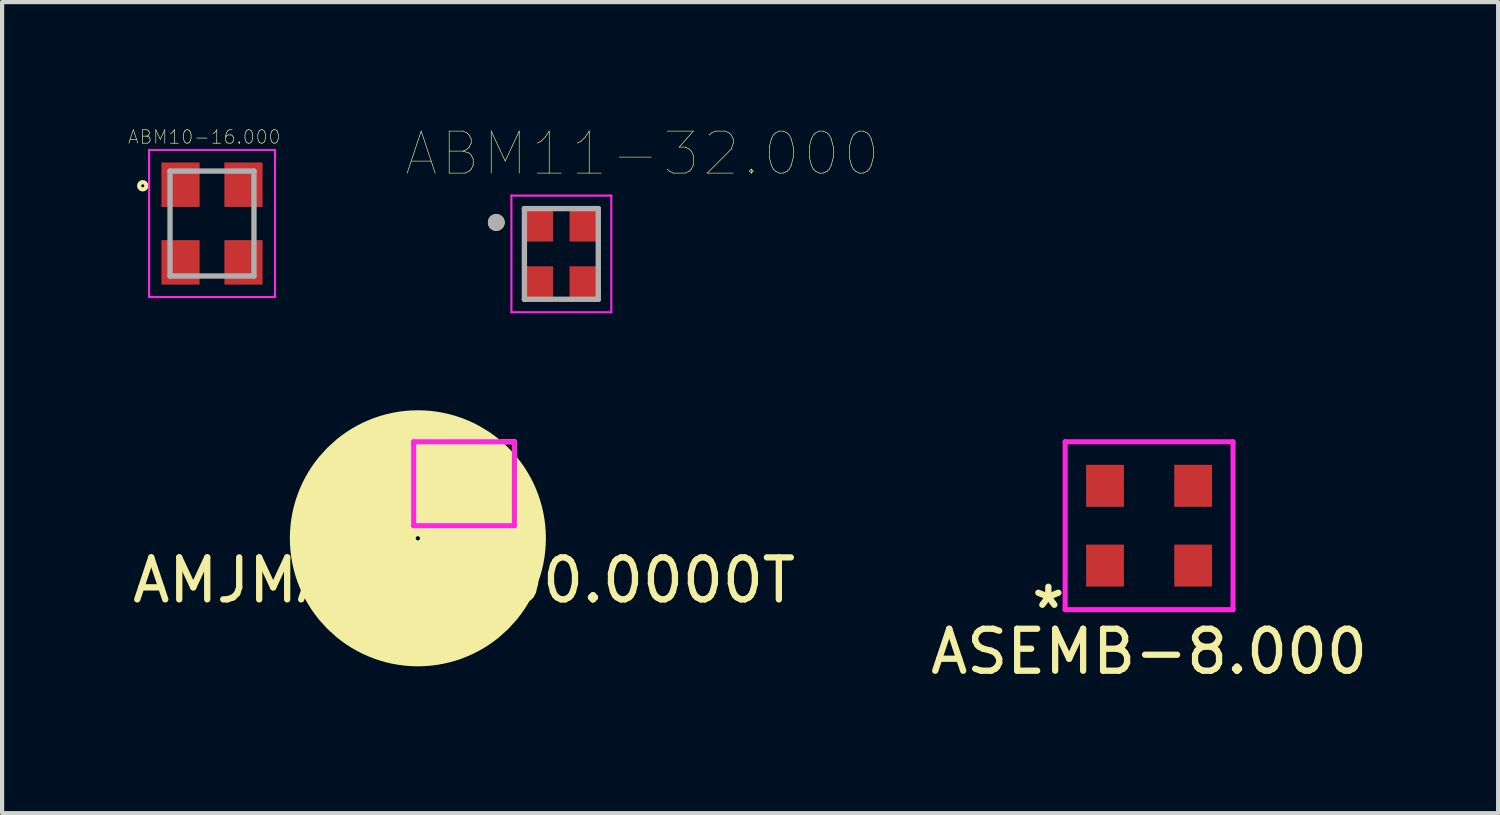
<source format=kicad_pcb>
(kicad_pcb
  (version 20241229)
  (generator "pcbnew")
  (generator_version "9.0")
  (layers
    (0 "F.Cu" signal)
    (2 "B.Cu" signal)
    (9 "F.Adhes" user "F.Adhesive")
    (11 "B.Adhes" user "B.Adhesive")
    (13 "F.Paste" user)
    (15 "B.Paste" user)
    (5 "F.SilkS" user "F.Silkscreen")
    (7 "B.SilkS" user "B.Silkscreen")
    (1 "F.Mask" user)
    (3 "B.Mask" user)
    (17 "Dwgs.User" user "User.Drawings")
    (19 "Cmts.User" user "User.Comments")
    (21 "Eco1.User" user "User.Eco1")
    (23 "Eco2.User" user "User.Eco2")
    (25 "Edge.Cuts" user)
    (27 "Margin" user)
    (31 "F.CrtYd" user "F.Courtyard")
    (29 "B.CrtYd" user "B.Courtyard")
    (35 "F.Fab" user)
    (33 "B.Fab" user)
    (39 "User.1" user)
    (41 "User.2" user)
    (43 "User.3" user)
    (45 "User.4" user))
  (footprint "ABM11-32.000"
    (layer "F.Cu")
    (at 10.324 3)
    (property "Reference" "ABM11-32.000" (at 1.928 -2.388 0) (layer "F.SilkS") (effects (font (size 1.001 1.001) (thickness 0.015))))
    (attr through_hole)
    (fp_circle (center -1.55 -0.75) (end -1.45 -0.75) (stroke (width 0.2) (type solid)) (fill no) (layer "F.SilkS"))
    (fp_line (start -1.19 -1.39) (end 1.19 -1.39) (stroke (width 0.05) (type solid)) (layer "F.CrtYd"))
    (fp_line (start -1.19 1.39) (end -1.19 -1.39) (stroke (width 0.05) (type solid)) (layer "F.CrtYd"))
    (fp_line (start 1.19 -1.39) (end 1.19 1.39) (stroke (width 0.05) (type solid)) (layer "F.CrtYd"))
    (fp_line (start 1.19 1.39) (end -1.19 1.39) (stroke (width 0.05) (type solid)) (layer "F.CrtYd"))
    (fp_line (start -0.88 -1.08) (end 0.88 -1.08) (stroke (width 0.127) (type solid)) (layer "F.Fab"))
    (fp_line (start -0.88 1.08) (end -0.88 -1.08) (stroke (width 0.127) (type solid)) (layer "F.Fab"))
    (fp_line (start 0.88 -1.08) (end 0.88 1.08) (stroke (width 0.127) (type solid)) (layer "F.Fab"))
    (fp_line (start 0.88 1.08) (end -0.88 1.08) (stroke (width 0.127) (type solid)) (layer "F.Fab"))
    (fp_circle (center -1.55 -0.75) (end -1.45 -0.75) (stroke (width 0.2) (type solid)) (fill no) (layer "F.Fab"))
    (pad "1" smd rect (at -0.565 -0.715) (size 0.74 0.84) (layers "F.Cu" "F.Mask" "F.Paste"))
    (pad "2" smd rect (at -0.565 0.715) (size 0.74 0.84) (layers "F.Cu" "F.Mask" "F.Paste"))
    (pad "3" smd rect (at 0.565 0.715) (size 0.74 0.84) (layers "F.Cu" "F.Mask" "F.Paste"))
    (pad "4" smd rect (at 0.565 -0.715) (size 0.74 0.84) (layers "F.Cu" "F.Mask" "F.Paste")))
  (footprint "AMJMAFB-100.0000T"
    (layer "F.Cu")
    (at 8.006 8.475)
    (property "Reference" "AMJMAFB-100.0000T" (at 0 2.3 0) (layer "F.SilkS") (effects (font (size 1 1) (thickness 0.15))))
    (attr through_hole)
    (fp_line (start -1.2 -1) (end -0.9 -1) (stroke (width 0.12) (type solid)) (layer "F.SilkS"))
    (fp_line (start -1.2 -0.9) (end -1.2 -1) (stroke (width 0.12) (type solid)) (layer "F.SilkS"))
    (fp_line (start -1.2 -0.7) (end -1.2 -0.9) (stroke (width 0.12) (type solid)) (layer "F.SilkS"))
    (fp_line (start -1.2 1) (end -1.2 0.7) (stroke (width 0.12) (type solid)) (layer "F.SilkS"))
    (fp_line (start -0.9 1) (end -1.2 1) (stroke (width 0.12) (type solid)) (layer "F.SilkS"))
    (fp_line (start 0.9 -1) (end 1.2 -1) (stroke (width 0.12) (type solid)) (layer "F.SilkS"))
    (fp_line (start 1.2 -1) (end 1.2 -0.7) (stroke (width 0.12) (type solid)) (layer "F.SilkS"))
    (fp_line (start 1.2 0.7) (end 1.2 1) (stroke (width 0.12) (type solid)) (layer "F.SilkS"))
    (fp_line (start 1.2 1) (end 0.9 1) (stroke (width 0.12) (type solid)) (layer "F.SilkS"))
    (fp_circle (center -1.1 1.3) (end -1.05 1.3) (stroke (width 3) (type solid)) (fill no) (layer "F.SilkS"))
    (fp_line (start -1.2 -1) (end 1.2 -1) (stroke (width 0.12) (type solid)) (layer "F.CrtYd"))
    (fp_line (start -1.2 1) (end -1.2 -1) (stroke (width 0.12) (type solid)) (layer "F.CrtYd"))
    (fp_line (start 1.2 -1) (end 1.2 1) (stroke (width 0.12) (type solid)) (layer "F.CrtYd"))
    (fp_line (start 1.2 1) (end -1.2 1) (stroke (width 0.12) (type solid)) (layer "F.CrtYd"))
    (pad "1" smd rect (at -0.775 0.475) (size 0.5 0.7) (layers "F.Cu" "F.Mask" "F.Paste"))
    (pad "2" smd rect (at 0.775 0.475) (size 0.5 0.7) (layers "F.Cu" "F.Mask" "F.Paste"))
    (pad "3" smd rect (at 0.775 -0.475) (size 0.5 0.7) (layers "F.Cu" "F.Mask" "F.Paste"))
    (pad "4" smd rect (at -0.775 -0.475) (size 0.5 0.7) (layers "F.Cu" "F.Mask" "F.Paste")))
  (footprint "ABM10-16.000"
    (layer "F.Cu")
    (at 2.001 2.276)
    (property "Reference" "ABM10-16.000" (at -0.185 -2.062 0) (layer "F.SilkS") (effects (font (size 0.321 0.321) (thickness 0.015))))
    (attr through_hole)
    (fp_circle (center -1.65 -0.9) (end -1.564 -0.9) (stroke (width 0.1) (type solid)) (fill no) (layer "F.SilkS"))
    (fp_line (start -1.5 -1.75) (end 1.5 -1.75) (stroke (width 0.05) (type solid)) (layer "F.CrtYd"))
    (fp_line (start -1.5 1.75) (end -1.5 -1.75) (stroke (width 0.05) (type solid)) (layer "F.CrtYd"))
    (fp_line (start 1.5 1.75) (end -1.5 1.75) (stroke (width 0.05) (type solid)) (layer "F.CrtYd"))
    (fp_line (start 1.5 1.75) (end 1.5 -1.75) (stroke (width 0.05) (type solid)) (layer "F.CrtYd"))
    (fp_line (start -1 -1.25) (end 1 -1.25) (stroke (width 0.127) (type solid)) (layer "F.Fab"))
    (fp_line (start -1 1.25) (end -1 -1.25) (stroke (width 0.127) (type solid)) (layer "F.Fab"))
    (fp_line (start 1 -1.25) (end 1 1.25) (stroke (width 0.127) (type solid)) (layer "F.Fab"))
    (fp_line (start 1 1.25) (end -1 1.25) (stroke (width 0.127) (type solid)) (layer "F.Fab"))
    (pad "1" smd rect (at -0.75 -0.925) (size 0.91 1.06) (layers "F.Cu" "F.Mask" "F.Paste"))
    (pad "2" smd rect (at -0.75 0.925) (size 0.91 1.06) (layers "F.Cu" "F.Mask" "F.Paste"))
    (pad "3" smd rect (at 0.75 0.925) (size 0.91 1.06) (layers "F.Cu" "F.Mask" "F.Paste"))
    (pad "4" smd rect (at 0.75 -0.925) (size 0.91 1.06) (layers "F.Cu" "F.Mask" "F.Paste")))
  (footprint "ASEMB-8.000"
    (layer "F.Cu")
    (at 24.327 9.475)
    (property "Reference" "ASEMB-8.000" (at 0 3 0) (layer "F.SilkS") (effects (font (size 1 1) (thickness 0.15))))
    (attr through_hole)
    (fp_line (start -2 -2) (end 2 -2) (stroke (width 0.12) (type solid)) (layer "F.CrtYd"))
    (fp_line (start -2 2) (end -2 -2) (stroke (width 0.12) (type solid)) (layer "F.CrtYd"))
    (fp_line (start 2 -2) (end 2 2) (stroke (width 0.12) (type solid)) (layer "F.CrtYd"))
    (fp_line (start 2 2) (end -2 2) (stroke (width 0.12) (type solid)) (layer "F.CrtYd"))
    (fp_text user "*" (at -2.4 2 0) (layer "F.SilkS") (effects (font (size 1 1) (thickness 0.15))))
    (pad "1" smd rect (at -1.05 0.95) (size 0.9 1) (layers "F.Cu" "F.Mask" "F.Paste"))
    (pad "2" smd rect (at 1.05 0.95) (size 0.9 1) (layers "F.Cu" "F.Mask" "F.Paste"))
    (pad "3" smd rect (at 1.05 -0.95) (size 0.9 1) (layers "F.Cu" "F.Mask" "F.Paste"))
    (pad "4" smd rect (at -1.05 -0.95) (size 0.9 1) (layers "F.Cu" "F.Mask" "F.Paste")))
  (gr_rect
    (start -3 -3)
    (end 32.643 16.324)
    (stroke (width 0.1) (type default))
    (fill no)
    (layer "Edge.Cuts")))
</source>
